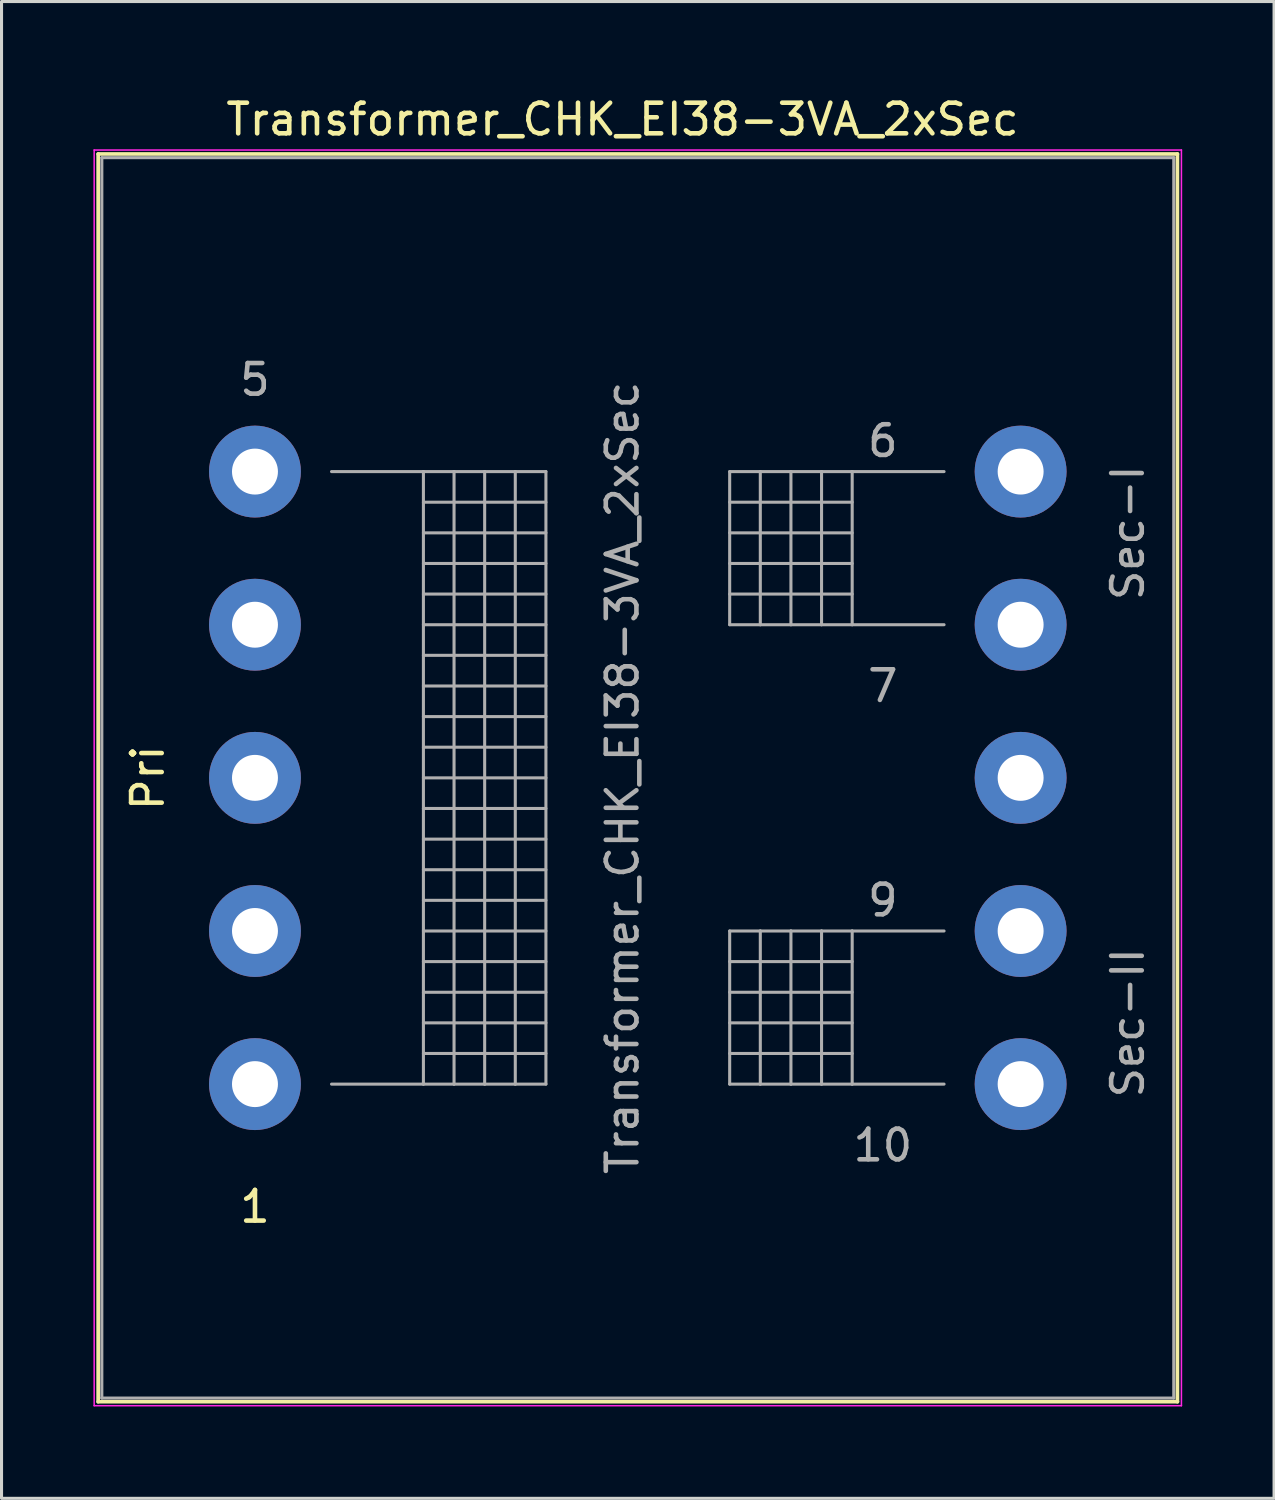
<source format=kicad_pcb>
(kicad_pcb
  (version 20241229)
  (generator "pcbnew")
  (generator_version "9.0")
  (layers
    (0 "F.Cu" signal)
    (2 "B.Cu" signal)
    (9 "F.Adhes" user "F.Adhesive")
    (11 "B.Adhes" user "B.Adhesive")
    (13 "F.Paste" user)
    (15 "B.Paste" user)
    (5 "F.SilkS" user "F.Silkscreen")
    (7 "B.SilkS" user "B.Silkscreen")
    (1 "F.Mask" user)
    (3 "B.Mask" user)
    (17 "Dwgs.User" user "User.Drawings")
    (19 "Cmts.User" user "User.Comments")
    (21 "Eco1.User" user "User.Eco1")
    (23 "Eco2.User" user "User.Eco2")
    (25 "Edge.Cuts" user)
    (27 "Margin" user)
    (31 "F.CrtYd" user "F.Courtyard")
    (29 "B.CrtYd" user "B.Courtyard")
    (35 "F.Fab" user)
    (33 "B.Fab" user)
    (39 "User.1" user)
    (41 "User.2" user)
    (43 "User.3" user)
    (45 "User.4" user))
  (footprint "Transformer_CHK_EI38-3VA_2xSec"
    (layer "F.Cu")
    (at 5.275 32.348)
    (property "Reference" "Transformer_CHK_EI38-3VA_2xSec" (at 12 -31.5 0) (layer "F.SilkS") (effects (font (size 1 1) (thickness 0.15))))
    (attr through_hole)
    (fp_line (start -5.12 -30.37) (end -5.12 10.37) (stroke (width 0.12) (type solid)) (layer "F.SilkS"))
    (fp_line (start -5.12 -30.37) (end 30.12 -30.37) (stroke (width 0.12) (type solid)) (layer "F.SilkS"))
    (fp_line (start 30.12 10.37) (end -5.12 10.37) (stroke (width 0.12) (type solid)) (layer "F.SilkS"))
    (fp_line (start 30.12 10.37) (end 30.12 -30.37) (stroke (width 0.12) (type solid)) (layer "F.SilkS"))
    (fp_line (start -5.25 -30.5) (end -5.25 10.5) (stroke (width 0.05) (type solid)) (layer "F.CrtYd"))
    (fp_line (start -5.25 -30.5) (end 30.25 -30.5) (stroke (width 0.05) (type solid)) (layer "F.CrtYd"))
    (fp_line (start 30.25 10.5) (end -5.25 10.5) (stroke (width 0.05) (type solid)) (layer "F.CrtYd"))
    (fp_line (start 30.25 10.5) (end 30.25 -30.5) (stroke (width 0.05) (type solid)) (layer "F.CrtYd"))
    (fp_line (start -5 -30.25) (end -5 10.25) (stroke (width 0.1) (type solid)) (layer "F.Fab"))
    (fp_line (start -5 10.25) (end 30 10.25) (stroke (width 0.1) (type solid)) (layer "F.Fab"))
    (fp_line (start 2.5 -20) (end 5.5 -20) (stroke (width 0.1) (type solid)) (layer "F.Fab"))
    (fp_line (start 5.5 -20) (end 5.5 0) (stroke (width 0.1) (type solid)) (layer "F.Fab"))
    (fp_line (start 5.5 -20) (end 6.5 -20) (stroke (width 0.1) (type solid)) (layer "F.Fab"))
    (fp_line (start 5.5 -19) (end 9.5 -19) (stroke (width 0.1) (type solid)) (layer "F.Fab"))
    (fp_line (start 5.5 -18) (end 9.5 -18) (stroke (width 0.1) (type solid)) (layer "F.Fab"))
    (fp_line (start 5.5 -17) (end 9.5 -17) (stroke (width 0.1) (type solid)) (layer "F.Fab"))
    (fp_line (start 5.5 -16) (end 9.5 -16) (stroke (width 0.1) (type solid)) (layer "F.Fab"))
    (fp_line (start 5.5 -15) (end 9.5 -15) (stroke (width 0.1) (type solid)) (layer "F.Fab"))
    (fp_line (start 5.5 -14) (end 9.5 -14) (stroke (width 0.1) (type solid)) (layer "F.Fab"))
    (fp_line (start 5.5 -13) (end 9.5 -13) (stroke (width 0.1) (type solid)) (layer "F.Fab"))
    (fp_line (start 5.5 -12) (end 9.5 -12) (stroke (width 0.1) (type solid)) (layer "F.Fab"))
    (fp_line (start 5.5 -11) (end 9.5 -11) (stroke (width 0.1) (type solid)) (layer "F.Fab"))
    (fp_line (start 5.5 -10) (end 9.5 -10) (stroke (width 0.1) (type solid)) (layer "F.Fab"))
    (fp_line (start 5.5 -9) (end 9.5 -9) (stroke (width 0.1) (type solid)) (layer "F.Fab"))
    (fp_line (start 5.5 -8) (end 9.5 -8) (stroke (width 0.1) (type solid)) (layer "F.Fab"))
    (fp_line (start 5.5 -7) (end 9.5 -7) (stroke (width 0.1) (type solid)) (layer "F.Fab"))
    (fp_line (start 5.5 -6) (end 9.5 -6) (stroke (width 0.1) (type solid)) (layer "F.Fab"))
    (fp_line (start 5.5 -5) (end 9.5 -5) (stroke (width 0.1) (type solid)) (layer "F.Fab"))
    (fp_line (start 5.5 -4) (end 9.5 -4) (stroke (width 0.1) (type solid)) (layer "F.Fab"))
    (fp_line (start 5.5 -3) (end 9.5 -3) (stroke (width 0.1) (type solid)) (layer "F.Fab"))
    (fp_line (start 5.5 -2) (end 9.5 -2) (stroke (width 0.1) (type solid)) (layer "F.Fab"))
    (fp_line (start 5.5 -1) (end 9.5 -1) (stroke (width 0.1) (type solid)) (layer "F.Fab"))
    (fp_line (start 5.5 0) (end 2.5 0) (stroke (width 0.1) (type solid)) (layer "F.Fab"))
    (fp_line (start 6.5 -20) (end 6.5 0) (stroke (width 0.1) (type solid)) (layer "F.Fab"))
    (fp_line (start 6.5 -20) (end 7.5 -20) (stroke (width 0.1) (type solid)) (layer "F.Fab"))
    (fp_line (start 6.5 0) (end 5.5 0) (stroke (width 0.1) (type solid)) (layer "F.Fab"))
    (fp_line (start 7.5 -20) (end 7.5 0) (stroke (width 0.1) (type solid)) (layer "F.Fab"))
    (fp_line (start 7.5 -20) (end 8.5 -20) (stroke (width 0.1) (type solid)) (layer "F.Fab"))
    (fp_line (start 7.5 0) (end 6.5 0) (stroke (width 0.1) (type solid)) (layer "F.Fab"))
    (fp_line (start 8.5 -20) (end 8.5 0) (stroke (width 0.1) (type solid)) (layer "F.Fab"))
    (fp_line (start 8.5 -20) (end 9.5 -20) (stroke (width 0.1) (type solid)) (layer "F.Fab"))
    (fp_line (start 8.5 0) (end 7.5 0) (stroke (width 0.1) (type solid)) (layer "F.Fab"))
    (fp_line (start 9.5 -20) (end 9.5 0) (stroke (width 0.1) (type solid)) (layer "F.Fab"))
    (fp_line (start 9.5 0) (end 8.5 0) (stroke (width 0.1) (type solid)) (layer "F.Fab"))
    (fp_line (start 15.5 -20) (end 15.5 -15) (stroke (width 0.1) (type solid)) (layer "F.Fab"))
    (fp_line (start 15.5 -19) (end 19.5 -19) (stroke (width 0.1) (type solid)) (layer "F.Fab"))
    (fp_line (start 15.5 -17) (end 19.5 -17) (stroke (width 0.1) (type solid)) (layer "F.Fab"))
    (fp_line (start 15.5 -15) (end 16.5 -15) (stroke (width 0.1) (type solid)) (layer "F.Fab"))
    (fp_line (start 15.5 -5) (end 15.5 0) (stroke (width 0.1) (type solid)) (layer "F.Fab"))
    (fp_line (start 15.5 -4) (end 19.5 -4) (stroke (width 0.1) (type solid)) (layer "F.Fab"))
    (fp_line (start 15.5 -3) (end 19.5 -3) (stroke (width 0.1) (type solid)) (layer "F.Fab"))
    (fp_line (start 15.5 -2) (end 19.5 -2) (stroke (width 0.1) (type solid)) (layer "F.Fab"))
    (fp_line (start 15.5 -1) (end 19.5 -1) (stroke (width 0.1) (type solid)) (layer "F.Fab"))
    (fp_line (start 15.5 0) (end 16.5 0) (stroke (width 0.1) (type solid)) (layer "F.Fab"))
    (fp_line (start 16.5 -20) (end 15.5 -20) (stroke (width 0.1) (type solid)) (layer "F.Fab"))
    (fp_line (start 16.5 -20) (end 16.5 -15) (stroke (width 0.1) (type solid)) (layer "F.Fab"))
    (fp_line (start 16.5 -15) (end 17.5 -15) (stroke (width 0.1) (type solid)) (layer "F.Fab"))
    (fp_line (start 16.5 -5) (end 15.5 -5) (stroke (width 0.1) (type solid)) (layer "F.Fab"))
    (fp_line (start 16.5 -5) (end 16.5 0) (stroke (width 0.1) (type solid)) (layer "F.Fab"))
    (fp_line (start 16.5 0) (end 17.5 0) (stroke (width 0.1) (type solid)) (layer "F.Fab"))
    (fp_line (start 17.5 -20) (end 16.5 -20) (stroke (width 0.1) (type solid)) (layer "F.Fab"))
    (fp_line (start 17.5 -20) (end 17.5 -15) (stroke (width 0.1) (type solid)) (layer "F.Fab"))
    (fp_line (start 17.5 -15) (end 18.5 -15) (stroke (width 0.1) (type solid)) (layer "F.Fab"))
    (fp_line (start 17.5 -5) (end 16.5 -5) (stroke (width 0.1) (type solid)) (layer "F.Fab"))
    (fp_line (start 17.5 -5) (end 17.5 0) (stroke (width 0.1) (type solid)) (layer "F.Fab"))
    (fp_line (start 17.5 0) (end 18.5 0) (stroke (width 0.1) (type solid)) (layer "F.Fab"))
    (fp_line (start 18.5 -20) (end 17.5 -20) (stroke (width 0.1) (type solid)) (layer "F.Fab"))
    (fp_line (start 18.5 -20) (end 18.5 -15) (stroke (width 0.1) (type solid)) (layer "F.Fab"))
    (fp_line (start 18.5 -15) (end 19.5 -15) (stroke (width 0.1) (type solid)) (layer "F.Fab"))
    (fp_line (start 18.5 -5) (end 17.5 -5) (stroke (width 0.1) (type solid)) (layer "F.Fab"))
    (fp_line (start 18.5 -5) (end 18.5 0) (stroke (width 0.1) (type solid)) (layer "F.Fab"))
    (fp_line (start 18.5 0) (end 19.5 0) (stroke (width 0.1) (type solid)) (layer "F.Fab"))
    (fp_line (start 19.5 -20) (end 18.5 -20) (stroke (width 0.1) (type solid)) (layer "F.Fab"))
    (fp_line (start 19.5 -20) (end 19.5 -15) (stroke (width 0.1) (type solid)) (layer "F.Fab"))
    (fp_line (start 19.5 -18) (end 15.5 -18) (stroke (width 0.1) (type solid)) (layer "F.Fab"))
    (fp_line (start 19.5 -16) (end 15.5 -16) (stroke (width 0.1) (type solid)) (layer "F.Fab"))
    (fp_line (start 19.5 -15) (end 22.5 -15) (stroke (width 0.1) (type solid)) (layer "F.Fab"))
    (fp_line (start 19.5 -5) (end 18.5 -5) (stroke (width 0.1) (type solid)) (layer "F.Fab"))
    (fp_line (start 19.5 -5) (end 19.5 0) (stroke (width 0.1) (type solid)) (layer "F.Fab"))
    (fp_line (start 19.5 0) (end 22.5 0) (stroke (width 0.1) (type solid)) (layer "F.Fab"))
    (fp_line (start 22.5 -20) (end 19.5 -20) (stroke (width 0.1) (type solid)) (layer "F.Fab"))
    (fp_line (start 22.5 -5) (end 19.5 -5) (stroke (width 0.1) (type solid)) (layer "F.Fab"))
    (fp_line (start 30 -30.25) (end -5 -30.25) (stroke (width 0.1) (type solid)) (layer "F.Fab"))
    (fp_line (start 30 10.25) (end 30 -30.25) (stroke (width 0.1) (type solid)) (layer "F.Fab"))
    (fp_text user "Pri" (at -3.5 -10 90) (layer "F.SilkS") (effects (font (size 1 1) (thickness 0.15))))
    (fp_text user "1" (at 0 4 0) (layer "F.SilkS") (effects (font (size 1 1) (thickness 0.15))))
    (fp_text user "9" (at 20.5 -6 0) (layer "F.Fab") (effects (font (size 1 1) (thickness 0.15))))
    (fp_text user "5" (at 0 -23 0) (layer "F.Fab") (effects (font (size 1 1) (thickness 0.15))))
    (fp_text user "10" (at 20.5 2 0) (layer "F.Fab") (effects (font (size 1 1) (thickness 0.15))))
    (fp_text user "7" (at 20.5 -13 0) (layer "F.Fab") (effects (font (size 1 1) (thickness 0.15))))
    (fp_text user "6" (at 20.5 -21 0) (layer "F.Fab") (effects (font (size 1 1) (thickness 0.15))))
    (fp_text user "Sec-II" (at 28.5 -2 90) (layer "F.Fab") (effects (font (size 1 1) (thickness 0.15))))
    (fp_text user "${REFERENCE}" (at 12 -10 90) (layer "F.Fab") (effects (font (size 1 1) (thickness 0.15))))
    (fp_text user "Sec-I" (at 28.5 -18 90) (layer "F.Fab") (effects (font (size 1 1) (thickness 0.15))))
    (pad "1" thru_hole circle (at 0 0) (size 3 3) (drill 1.5) (layers "*.Cu" "*.Mask"))
    (pad "2" thru_hole circle (at 0 -5) (size 3 3) (drill 1.5) (layers "*.Cu" "*.Mask"))
    (pad "3" thru_hole circle (at 0 -10) (size 3 3) (drill 1.5) (layers "*.Cu" "*.Mask"))
    (pad "4" thru_hole circle (at 0 -15) (size 3 3) (drill 1.5) (layers "*.Cu" "*.Mask"))
    (pad "5" thru_hole circle (at 0 -20) (size 3 3) (drill 1.5) (layers "*.Cu" "*.Mask"))
    (pad "6" thru_hole circle (at 25 -20) (size 3 3) (drill 1.5) (layers "*.Cu" "*.Mask"))
    (pad "7" thru_hole circle (at 25 -15) (size 3 3) (drill 1.5) (layers "*.Cu" "*.Mask"))
    (pad "8" thru_hole circle (at 25 -10) (size 3 3) (drill 1.5) (layers "*.Cu" "*.Mask"))
    (pad "9" thru_hole circle (at 25 -5) (size 3 3) (drill 1.5) (layers "*.Cu" "*.Mask"))
    (pad "10" thru_hole circle (at 25 0) (size 3 3) (drill 1.5) (layers "*.Cu" "*.Mask")))
  (gr_rect
    (start -3 -3)
    (end 38.55 45.873)
    (stroke (width 0.1) (type default))
    (fill no)
    (layer "Edge.Cuts")))
</source>
